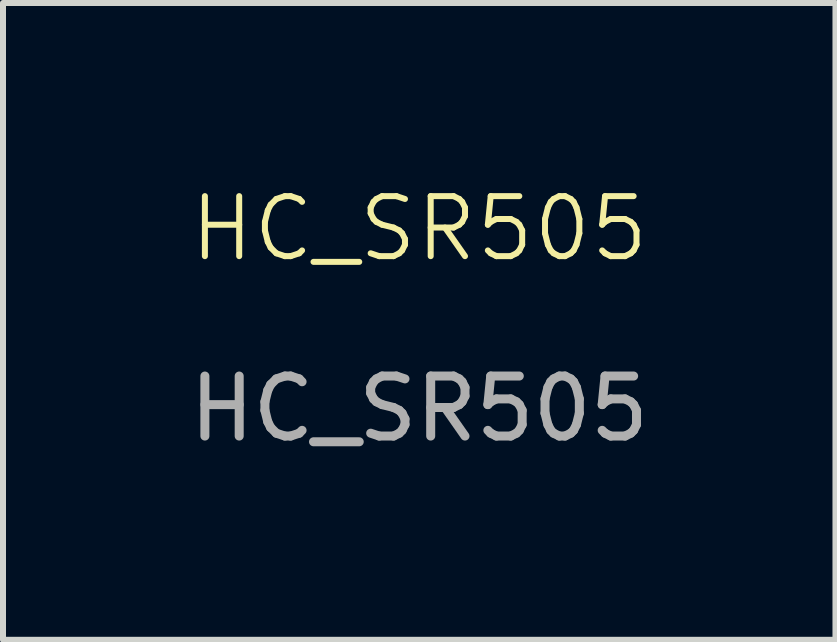
<source format=kicad_pcb>
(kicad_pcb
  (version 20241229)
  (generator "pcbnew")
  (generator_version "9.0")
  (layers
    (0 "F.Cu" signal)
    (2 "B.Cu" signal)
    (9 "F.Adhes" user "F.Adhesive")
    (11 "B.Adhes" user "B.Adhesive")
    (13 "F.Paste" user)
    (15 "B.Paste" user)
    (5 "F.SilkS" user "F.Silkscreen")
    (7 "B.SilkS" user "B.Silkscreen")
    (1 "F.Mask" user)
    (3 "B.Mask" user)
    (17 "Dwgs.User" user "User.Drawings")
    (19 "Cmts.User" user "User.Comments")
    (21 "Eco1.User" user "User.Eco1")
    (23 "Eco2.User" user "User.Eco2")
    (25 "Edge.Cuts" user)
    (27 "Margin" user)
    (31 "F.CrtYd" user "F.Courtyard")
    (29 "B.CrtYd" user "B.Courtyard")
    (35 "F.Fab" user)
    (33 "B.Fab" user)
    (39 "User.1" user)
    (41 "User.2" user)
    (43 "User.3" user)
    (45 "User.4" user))
  (footprint "HC_SR505"
    (layer "F.Cu")
    (at 3.935 1.26)
    (property "Reference" "HC_SR505" (at 0 -0.5 0) (unlocked yes) (layer "F.SilkS") (effects (font (size 1 1) (thickness 0.1))))
    (attr through_hole)
    (fp_text user "${REFERENCE}" (at 0 2.5 0) (unlocked yes) (layer "F.Fab") (effects (font (size 1 1) (thickness 0.15)))))
  (gr_rect
    (start -3 -3)
    (end 10.869 7.609)
    (stroke (width 0.1) (type default))
    (fill no)
    (layer "Edge.Cuts")))
</source>
